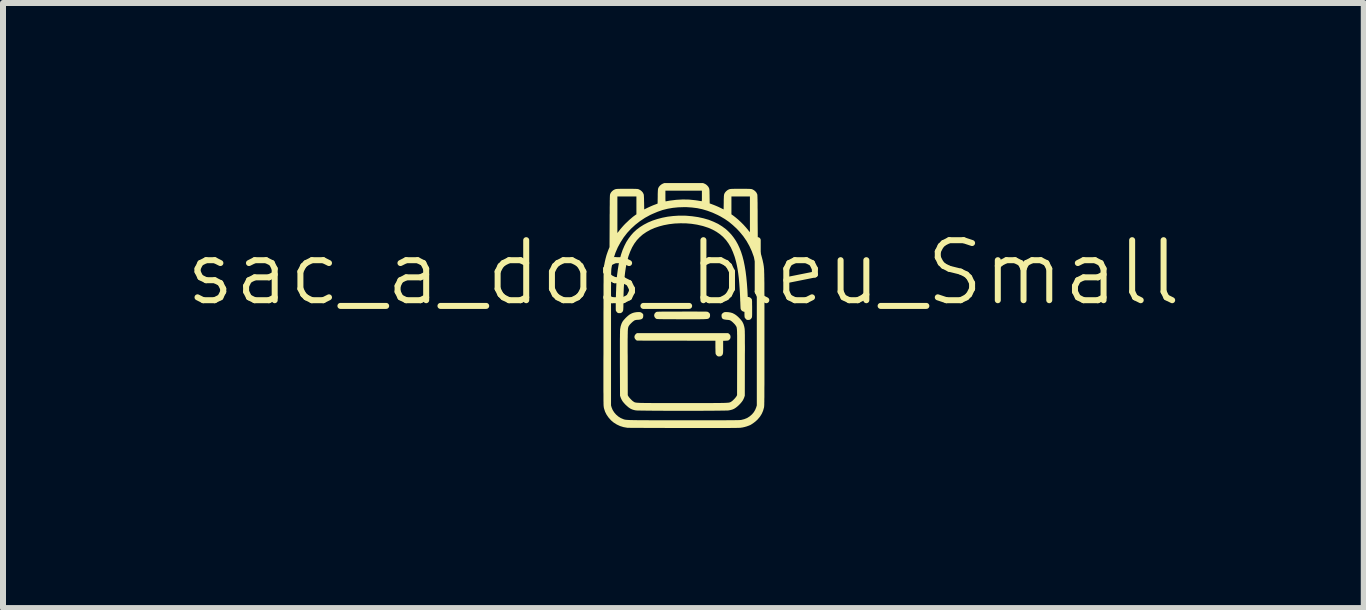
<source format=kicad_pcb>
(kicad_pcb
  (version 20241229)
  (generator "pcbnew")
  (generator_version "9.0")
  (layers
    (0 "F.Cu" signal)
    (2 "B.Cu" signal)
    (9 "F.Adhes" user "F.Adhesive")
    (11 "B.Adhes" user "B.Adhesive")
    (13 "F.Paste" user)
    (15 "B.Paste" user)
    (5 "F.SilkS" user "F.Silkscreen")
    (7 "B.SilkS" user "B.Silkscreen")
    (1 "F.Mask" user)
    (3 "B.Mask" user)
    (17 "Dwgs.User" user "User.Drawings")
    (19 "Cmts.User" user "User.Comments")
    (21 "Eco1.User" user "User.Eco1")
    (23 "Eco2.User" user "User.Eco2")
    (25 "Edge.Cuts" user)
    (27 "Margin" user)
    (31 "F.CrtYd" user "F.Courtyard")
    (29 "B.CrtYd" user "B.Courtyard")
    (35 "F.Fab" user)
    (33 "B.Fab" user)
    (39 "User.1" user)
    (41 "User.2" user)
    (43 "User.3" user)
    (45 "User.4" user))
  (footprint "sac_a_dos_bleu_Small"
    (layer "F.Cu")
    (at 8.336 1.994)
    (property "Reference" "sac_a_dos_bleu_Small" (at 0 -0.5 0) (unlocked yes) (layer "F.SilkS") (effects (font (size 1 1) (thickness 0.1))))
    (attr through_hole)
    (fp_poly (pts (xy 0.757 0.515) (xy 0.773 0.53) (xy 0.782 0.546) (xy 0.785 0.565) (xy 0.785 0.569) (xy 0.783 0.589) (xy 0.775 0.605) (xy 0.76 0.62) (xy 0.757 0.623) (xy 0.75 0.627) (xy 0.74 0.63) (xy 0.726 0.631) (xy 0.706 0.633) (xy 0.704 0.633) (xy 0.662 0.634) (xy 0.662 0.738) (xy 0.662 0.773) (xy 0.662 0.801) (xy 0.661 0.822) (xy 0.66 0.839) (xy 0.657 0.851) (xy 0.654 0.861) (xy 0.65 0.869) (xy 0.644 0.876) (xy 0.638 0.881) (xy 0.627 0.889) (xy 0.615 0.893) (xy 0.603 0.894) (xy 0.589 0.895) (xy 0.577 0.893) (xy 0.573 0.892) (xy 0.561 0.884) (xy 0.549 0.872) (xy 0.54 0.858) (xy 0.538 0.853) (xy 0.536 0.845) (xy 0.535 0.829) (xy 0.534 0.807) (xy 0.534 0.779) (xy 0.533 0.746) (xy 0.533 0.737) (xy 0.533 0.633) (xy -0.121 0.632) (xy -0.774 0.631) (xy -0.786 0.623) (xy -0.804 0.605) (xy -0.814 0.586) (xy -0.816 0.565) (xy -0.811 0.545) (xy -0.798 0.526) (xy -0.786 0.515) (xy -0.774 0.506) (xy -0.015 0.506) (xy 0.745 0.506)) (stroke (width 0) (type solid)) (fill yes) (layer "F.SilkS"))
    (fp_poly (pts (xy 0.183 0.146) (xy 0.239 0.147) (xy 0.286 0.147) (xy 0.325 0.147) (xy 0.356 0.148) (xy 0.379 0.148) (xy 0.394 0.149) (xy 0.4 0.15) (xy 0.412 0.155) (xy 0.425 0.165) (xy 0.429 0.169) (xy 0.437 0.178) (xy 0.442 0.186) (xy 0.443 0.196) (xy 0.444 0.21) (xy 0.443 0.226) (xy 0.441 0.236) (xy 0.437 0.244) (xy 0.431 0.25) (xy 0.428 0.254) (xy 0.424 0.258) (xy 0.421 0.261) (xy 0.417 0.264) (xy 0.412 0.266) (xy 0.405 0.268) (xy 0.396 0.27) (xy 0.384 0.271) (xy 0.37 0.272) (xy 0.351 0.273) (xy 0.329 0.274) (xy 0.302 0.274) (xy 0.27 0.275) (xy 0.232 0.275) (xy 0.188 0.275) (xy 0.138 0.275) (xy 0.081 0.275) (xy 0.016 0.275) (xy -0.022 0.275) (xy -0.096 0.275) (xy -0.163 0.274) (xy -0.224 0.274) (xy -0.278 0.274) (xy -0.325 0.274) (xy -0.364 0.273) (xy -0.396 0.273) (xy -0.42 0.272) (xy -0.437 0.271) (xy -0.445 0.271) (xy -0.446 0.27) (xy -0.457 0.264) (xy -0.466 0.257) (xy -0.48 0.239) (xy -0.487 0.219) (xy -0.486 0.198) (xy -0.478 0.178) (xy -0.462 0.161) (xy -0.457 0.157) (xy -0.455 0.155) (xy -0.453 0.154) (xy -0.45 0.153) (xy -0.445 0.152) (xy -0.439 0.151) (xy -0.431 0.15) (xy -0.419 0.15) (xy -0.405 0.149) (xy -0.387 0.149) (xy -0.364 0.148) (xy -0.337 0.148) (xy -0.305 0.148) (xy -0.267 0.148) (xy -0.222 0.147) (xy -0.171 0.147) (xy -0.113 0.147) (xy -0.046 0.147) (xy -0.03 0.147) (xy 0.049 0.146) (xy 0.12 0.146)) (stroke (width 0) (type solid)) (fill yes) (layer "F.SilkS"))
    (fp_poly (pts (xy 0.014 -1.451) (xy 0.045 -1.45) (xy 0.147 -1.441) (xy 0.244 -1.427) (xy 0.335 -1.407) (xy 0.422 -1.382) (xy 0.502 -1.35) (xy 0.578 -1.314) (xy 0.647 -1.271) (xy 0.71 -1.224) (xy 0.758 -1.179) (xy 0.801 -1.133) (xy 0.839 -1.084) (xy 0.874 -1.032) (xy 0.906 -0.975) (xy 0.935 -0.913) (xy 0.961 -0.847) (xy 0.984 -0.775) (xy 1.004 -0.698) (xy 1.021 -0.614) (xy 1.036 -0.524) (xy 1.048 -0.427) (xy 1.058 -0.323) (xy 1.066 -0.212) (xy 1.067 -0.189) (xy 1.072 -0.096) (xy 1.086 -0.096) (xy 1.101 -0.092) (xy 1.117 -0.083) (xy 1.132 -0.069) (xy 1.135 -0.065) (xy 1.137 -0.062) (xy 1.139 -0.058) (xy 1.141 -0.052) (xy 1.142 -0.044) (xy 1.143 -0.033) (xy 1.144 -0.018) (xy 1.144 0.002) (xy 1.144 0.029) (xy 1.145 0.062) (xy 1.145 0.087) (xy 1.145 0.129) (xy 1.145 0.165) (xy 1.145 0.195) (xy 1.144 0.219) (xy 1.143 0.234) (xy 1.142 0.242) (xy 1.136 0.254) (xy 1.127 0.267) (xy 1.123 0.271) (xy 1.112 0.28) (xy 1.102 0.284) (xy 1.087 0.286) (xy 1.072 0.286) (xy 1.06 0.285) (xy 1.056 0.284) (xy 1.045 0.276) (xy 1.033 0.263) (xy 1.024 0.25) (xy 1.021 0.245) (xy 1.019 0.235) (xy 1.018 0.22) (xy 1.017 0.202) (xy 1.017 0.192) (xy 1.017 0.152) (xy 0.998 0.147) (xy 0.979 0.138) (xy 0.964 0.123) (xy 0.954 0.104) (xy 0.953 0.095) (xy 0.952 0.086) (xy 0.951 0.071) (xy 0.95 0.049) (xy 0.949 0.023) (xy 0.948 -0.007) (xy 0.946 -0.04) (xy 0.946 -0.052) (xy 0.942 -0.153) (xy 0.936 -0.246) (xy 0.93 -0.332) (xy 0.923 -0.411) (xy 0.914 -0.484) (xy 0.904 -0.553) (xy 0.892 -0.616) (xy 0.879 -0.675) (xy 0.864 -0.731) (xy 0.852 -0.771) (xy 0.823 -0.849) (xy 0.791 -0.92) (xy 0.753 -0.985) (xy 0.711 -1.043) (xy 0.663 -1.095) (xy 0.61 -1.141) (xy 0.551 -1.182) (xy 0.486 -1.218) (xy 0.415 -1.249) (xy 0.336 -1.275) (xy 0.314 -1.281) (xy 0.227 -1.301) (xy 0.137 -1.315) (xy 0.043 -1.323) (xy -0.052 -1.324) (xy -0.146 -1.32) (xy -0.239 -1.309) (xy -0.329 -1.292) (xy -0.404 -1.272) (xy -0.481 -1.246) (xy -0.552 -1.215) (xy -0.616 -1.179) (xy -0.675 -1.139) (xy -0.728 -1.093) (xy -0.776 -1.042) (xy -0.818 -0.985) (xy -0.855 -0.922) (xy -0.887 -0.852) (xy -0.915 -0.777) (xy -0.938 -0.694) (xy -0.956 -0.605) (xy -0.96 -0.583) (xy -0.971 -0.51) (xy -0.98 -0.43) (xy -0.987 -0.342) (xy -0.993 -0.249) (xy -0.997 -0.151) (xy -0.999 -0.048) (xy -1 0.026) (xy -1 0.06) (xy -1.001 0.086) (xy -1.002 0.107) (xy -1.003 0.122) (xy -1.006 0.134) (xy -1.01 0.143) (xy -1.015 0.151) (xy -1.022 0.158) (xy -1.025 0.16) (xy -1.033 0.167) (xy -1.041 0.171) (xy -1.052 0.173) (xy -1.065 0.173) (xy -1.08 0.173) (xy -1.09 0.171) (xy -1.098 0.166) (xy -1.106 0.159) (xy -1.116 0.147) (xy -1.124 0.135) (xy -1.125 0.131) (xy -1.126 0.123) (xy -1.127 0.108) (xy -1.127 0.087) (xy -1.127 0.06) (xy -1.127 0.028) (xy -1.127 -0.007) (xy -1.126 -0.045) (xy -1.125 -0.085) (xy -1.124 -0.127) (xy -1.123 -0.168) (xy -1.121 -0.208) (xy -1.12 -0.247) (xy -1.118 -0.283) (xy -1.117 -0.315) (xy -1.115 -0.343) (xy -1.115 -0.346) (xy -1.106 -0.452) (xy -1.093 -0.551) (xy -1.078 -0.642) (xy -1.06 -0.728) (xy -1.038 -0.806) (xy -1.013 -0.879) (xy -0.984 -0.947) (xy -0.952 -1.01) (xy -0.915 -1.068) (xy -0.875 -1.121) (xy -0.837 -1.165) (xy -0.785 -1.214) (xy -0.726 -1.259) (xy -0.661 -1.3) (xy -0.59 -1.337) (xy -0.514 -1.369) (xy -0.434 -1.395) (xy -0.35 -1.417) (xy -0.263 -1.434) (xy -0.172 -1.445) (xy -0.08 -1.451)) (stroke (width 0) (type solid)) (fill yes) (layer "F.SilkS"))
    (fp_poly (pts (xy 0.749 0.157) (xy 0.75 0.157) (xy 0.786 0.163) (xy 0.817 0.172) (xy 0.847 0.187) (xy 0.868 0.2) (xy 0.888 0.215) (xy 0.911 0.235) (xy 0.933 0.257) (xy 0.954 0.28) (xy 0.972 0.302) (xy 0.983 0.318) (xy 1.001 0.355) (xy 1.014 0.399) (xy 1.021 0.438) (xy 1.021 0.447) (xy 1.022 0.461) (xy 1.023 0.481) (xy 1.023 0.506) (xy 1.024 0.537) (xy 1.024 0.574) (xy 1.024 0.618) (xy 1.024 0.668) (xy 1.025 0.726) (xy 1.025 0.79) (xy 1.024 0.863) (xy 1.024 0.943) (xy 1.024 1.012) (xy 1.023 1.548) (xy 1.014 1.575) (xy 1.002 1.604) (xy 0.988 1.63) (xy 0.969 1.656) (xy 0.945 1.684) (xy 0.929 1.7) (xy 0.899 1.728) (xy 0.871 1.75) (xy 0.844 1.767) (xy 0.816 1.779) (xy 0.784 1.788) (xy 0.752 1.794) (xy 0.743 1.795) (xy 0.726 1.796) (xy 0.702 1.796) (xy 0.671 1.797) (xy 0.634 1.797) (xy 0.591 1.798) (xy 0.543 1.798) (xy 0.491 1.799) (xy 0.434 1.799) (xy 0.374 1.799) (xy 0.31 1.8) (xy 0.244 1.8) (xy 0.177 1.8) (xy 0.107 1.8) (xy 0.037 1.8) (xy -0.034 1.8) (xy -0.104 1.8) (xy -0.174 1.8) (xy -0.243 1.8) (xy -0.31 1.8) (xy -0.375 1.799) (xy -0.437 1.799) (xy -0.496 1.799) (xy -0.551 1.798) (xy -0.602 1.798) (xy -0.647 1.797) (xy -0.688 1.797) (xy -0.722 1.796) (xy -0.75 1.796) (xy -0.772 1.795) (xy -0.785 1.794) (xy -0.79 1.794) (xy -0.825 1.787) (xy -0.856 1.777) (xy -0.885 1.763) (xy -0.913 1.744) (xy -0.941 1.72) (xy -0.963 1.7) (xy -0.99 1.671) (xy -1.012 1.644) (xy -1.028 1.618) (xy -1.041 1.59) (xy -1.047 1.575) (xy -1.056 1.548) (xy -1.058 1.012) (xy -1.058 0.926) (xy -1.058 0.847) (xy -1.058 0.777) (xy -1.058 0.713) (xy -1.058 0.657) (xy -1.058 0.608) (xy -1.057 0.566) (xy -1.057 0.53) (xy -1.056 0.5) (xy -1.056 0.476) (xy -1.055 0.458) (xy -1.055 0.445) (xy -1.054 0.438) (xy -1.045 0.39) (xy -1.031 0.348) (xy -1.016 0.318) (xy -1.003 0.299) (xy -0.984 0.277) (xy -0.963 0.254) (xy -0.94 0.232) (xy -0.918 0.213) (xy -0.902 0.2) (xy -0.871 0.182) (xy -0.841 0.169) (xy -0.809 0.161) (xy -0.783 0.157) (xy -0.754 0.155) (xy -0.732 0.155) (xy -0.714 0.158) (xy -0.699 0.165) (xy -0.686 0.175) (xy -0.686 0.175) (xy -0.677 0.184) (xy -0.671 0.192) (xy -0.669 0.201) (xy -0.669 0.214) (xy -0.669 0.217) (xy -0.671 0.239) (xy -0.677 0.255) (xy -0.688 0.267) (xy -0.705 0.276) (xy -0.728 0.281) (xy -0.754 0.284) (xy -0.778 0.285) (xy -0.795 0.288) (xy -0.809 0.292) (xy -0.816 0.295) (xy -0.83 0.305) (xy -0.848 0.319) (xy -0.866 0.336) (xy -0.883 0.353) (xy -0.898 0.37) (xy -0.904 0.379) (xy -0.907 0.384) (xy -0.911 0.389) (xy -0.913 0.394) (xy -0.916 0.399) (xy -0.918 0.406) (xy -0.92 0.413) (xy -0.922 0.422) (xy -0.924 0.433) (xy -0.925 0.447) (xy -0.926 0.464) (xy -0.927 0.484) (xy -0.927 0.508) (xy -0.928 0.537) (xy -0.928 0.57) (xy -0.929 0.608) (xy -0.929 0.652) (xy -0.929 0.702) (xy -0.929 0.759) (xy -0.929 0.822) (xy -0.928 0.893) (xy -0.928 0.971) (xy -0.928 0.994) (xy -0.927 1.54) (xy -0.918 1.557) (xy -0.908 1.572) (xy -0.893 1.59) (xy -0.876 1.608) (xy -0.858 1.626) (xy -0.842 1.64) (xy -0.834 1.645) (xy -0.829 1.648) (xy -0.825 1.651) (xy -0.821 1.654) (xy -0.817 1.656) (xy -0.812 1.658) (xy -0.806 1.66) (xy -0.799 1.662) (xy -0.79 1.663) (xy -0.779 1.665) (xy -0.766 1.666) (xy -0.75 1.667) (xy -0.73 1.668) (xy -0.707 1.669) (xy -0.681 1.669) (xy -0.65 1.67) (xy -0.614 1.67) (xy -0.573 1.67) (xy -0.527 1.671) (xy -0.475 1.671) (xy -0.417 1.671) (xy -0.353 1.671) (xy -0.282 1.671) (xy -0.203 1.671) (xy -0.117 1.671) (xy -0.023 1.671) (xy -0.017 1.671) (xy 0.078 1.671) (xy 0.164 1.671) (xy 0.243 1.671) (xy 0.315 1.671) (xy 0.38 1.671) (xy 0.438 1.671) (xy 0.49 1.671) (xy 0.537 1.67) (xy 0.578 1.67) (xy 0.614 1.67) (xy 0.645 1.669) (xy 0.672 1.669) (xy 0.696 1.668) (xy 0.715 1.667) (xy 0.732 1.666) (xy 0.745 1.665) (xy 0.756 1.664) (xy 0.765 1.662) (xy 0.772 1.66) (xy 0.778 1.658) (xy 0.783 1.656) (xy 0.788 1.654) (xy 0.792 1.651) (xy 0.796 1.649) (xy 0.8 1.646) (xy 0.801 1.645) (xy 0.816 1.634) (xy 0.833 1.618) (xy 0.851 1.6) (xy 0.867 1.581) (xy 0.88 1.565) (xy 0.884 1.557) (xy 0.894 1.54) (xy 0.895 0.994) (xy 0.895 0.913) (xy 0.895 0.841) (xy 0.895 0.775) (xy 0.895 0.717) (xy 0.895 0.665) (xy 0.895 0.62) (xy 0.895 0.58) (xy 0.895 0.545) (xy 0.894 0.516) (xy 0.894 0.49) (xy 0.893 0.469) (xy 0.892 0.451) (xy 0.891 0.437) (xy 0.889 0.425) (xy 0.888 0.415) (xy 0.886 0.407) (xy 0.883 0.401) (xy 0.881 0.395) (xy 0.878 0.39) (xy 0.875 0.385) (xy 0.871 0.38) (xy 0.87 0.379) (xy 0.859 0.363) (xy 0.843 0.346) (xy 0.825 0.328) (xy 0.807 0.312) (xy 0.79 0.3) (xy 0.782 0.295) (xy 0.77 0.29) (xy 0.756 0.287) (xy 0.736 0.285) (xy 0.721 0.284) (xy 0.691 0.28) (xy 0.668 0.275) (xy 0.652 0.266) (xy 0.642 0.253) (xy 0.637 0.236) (xy 0.635 0.217) (xy 0.636 0.203) (xy 0.638 0.193) (xy 0.642 0.186) (xy 0.651 0.177) (xy 0.653 0.175) (xy 0.666 0.165) (xy 0.68 0.158) (xy 0.698 0.155) (xy 0.72 0.155)) (stroke (width 0) (type solid)) (fill yes) (layer "F.SilkS"))
    (fp_poly (pts (xy 0.352 -1.984) (xy 0.376 -1.971) (xy 0.397 -1.953) (xy 0.415 -1.932) (xy 0.427 -1.91) (xy 0.429 -1.903) (xy 0.431 -1.894) (xy 0.433 -1.883) (xy 0.434 -1.868) (xy 0.435 -1.849) (xy 0.435 -1.824) (xy 0.436 -1.792) (xy 0.436 -1.772) (xy 0.438 -1.655) (xy 0.497 -1.633) (xy 0.525 -1.622) (xy 0.556 -1.609) (xy 0.586 -1.596) (xy 0.613 -1.583) (xy 0.613 -1.583) (xy 0.67 -1.555) (xy 0.672 -1.674) (xy 0.672 -1.71) (xy 0.673 -1.739) (xy 0.674 -1.761) (xy 0.674 -1.771) (xy 0.8 -1.771) (xy 0.8 -1.622) (xy 0.8 -1.473) (xy 0.83 -1.452) (xy 0.871 -1.42) (xy 0.914 -1.384) (xy 0.958 -1.343) (xy 1 -1.301) (xy 1.039 -1.258) (xy 1.073 -1.218) (xy 1.085 -1.202) (xy 1.096 -1.189) (xy 1.104 -1.179) (xy 1.107 -1.175) (xy 1.107 -1.175) (xy 1.107 -1.179) (xy 1.108 -1.191) (xy 1.108 -1.21) (xy 1.108 -1.235) (xy 1.108 -1.265) (xy 1.108 -1.301) (xy 1.108 -1.341) (xy 1.108 -1.385) (xy 1.108 -1.432) (xy 1.108 -1.473) (xy 1.108 -1.771) (xy 0.954 -1.771) (xy 0.8 -1.771) (xy 0.674 -1.771) (xy 0.675 -1.779) (xy 0.676 -1.792) (xy 0.678 -1.802) (xy 0.68 -1.81) (xy 0.681 -1.814) (xy 0.693 -1.836) (xy 0.711 -1.857) (xy 0.733 -1.875) (xy 0.756 -1.888) (xy 0.763 -1.89) (xy 0.768 -1.892) (xy 0.775 -1.894) (xy 0.783 -1.895) (xy 0.793 -1.896) (xy 0.806 -1.897) (xy 0.823 -1.897) (xy 0.845 -1.898) (xy 0.873 -1.898) (xy 0.907 -1.898) (xy 0.949 -1.898) (xy 0.954 -1.898) (xy 0.997 -1.898) (xy 1.032 -1.898) (xy 1.06 -1.898) (xy 1.083 -1.897) (xy 1.1 -1.897) (xy 1.114 -1.896) (xy 1.124 -1.895) (xy 1.133 -1.894) (xy 1.139 -1.893) (xy 1.145 -1.891) (xy 1.151 -1.888) (xy 1.152 -1.888) (xy 1.176 -1.875) (xy 1.198 -1.857) (xy 1.216 -1.836) (xy 1.227 -1.814) (xy 1.229 -1.811) (xy 1.23 -1.806) (xy 1.231 -1.801) (xy 1.232 -1.794) (xy 1.233 -1.785) (xy 1.233 -1.774) (xy 1.234 -1.759) (xy 1.234 -1.741) (xy 1.235 -1.719) (xy 1.235 -1.692) (xy 1.236 -1.66) (xy 1.236 -1.623) (xy 1.236 -1.58) (xy 1.237 -1.53) (xy 1.237 -1.473) (xy 1.237 -1.408) (xy 1.237 -1.371) (xy 1.24 -0.948) (xy 1.263 -0.89) (xy 1.296 -0.798) (xy 1.321 -0.704) (xy 1.327 -0.673) (xy 1.33 -0.661) (xy 1.332 -0.651) (xy 1.334 -0.641) (xy 1.335 -0.63) (xy 1.337 -0.62) (xy 1.339 -0.61) (xy 1.34 -0.598) (xy 1.341 -0.586) (xy 1.343 -0.572) (xy 1.344 -0.556) (xy 1.345 -0.538) (xy 1.345 -0.518) (xy 1.346 -0.495) (xy 1.347 -0.469) (xy 1.347 -0.44) (xy 1.348 -0.408) (xy 1.348 -0.371) (xy 1.349 -0.33) (xy 1.349 -0.285) (xy 1.349 -0.234) (xy 1.349 -0.179) (xy 1.35 -0.118) (xy 1.35 -0.051) (xy 1.35 0.022) (xy 1.35 0.102) (xy 1.35 0.188) (xy 1.35 0.281) (xy 1.35 0.382) (xy 1.35 0.491) (xy 1.35 0.602) (xy 1.35 0.716) (xy 1.35 0.822) (xy 1.35 0.92) (xy 1.35 1.01) (xy 1.35 1.094) (xy 1.35 1.17) (xy 1.35 1.241) (xy 1.35 1.305) (xy 1.35 1.363) (xy 1.349 1.415) (xy 1.349 1.462) (xy 1.349 1.505) (xy 1.349 1.542) (xy 1.349 1.575) (xy 1.348 1.604) (xy 1.348 1.63) (xy 1.348 1.652) (xy 1.347 1.67) (xy 1.347 1.686) (xy 1.347 1.7) (xy 1.346 1.711) (xy 1.346 1.72) (xy 1.345 1.728) (xy 1.344 1.734) (xy 1.344 1.739) (xy 1.343 1.744) (xy 1.342 1.748) (xy 1.342 1.748) (xy 1.327 1.801) (xy 1.305 1.851) (xy 1.275 1.899) (xy 1.237 1.944) (xy 1.232 1.949) (xy 1.204 1.975) (xy 1.172 2) (xy 1.14 2.022) (xy 1.115 2.037) (xy 1.088 2.048) (xy 1.055 2.06) (xy 1.02 2.07) (xy 0.985 2.078) (xy 0.975 2.079) (xy 0.97 2.08) (xy 0.964 2.081) (xy 0.958 2.082) (xy 0.95 2.083) (xy 0.942 2.083) (xy 0.932 2.084) (xy 0.921 2.084) (xy 0.907 2.085) (xy 0.89 2.085) (xy 0.871 2.086) (xy 0.849 2.086) (xy 0.822 2.086) (xy 0.792 2.086) (xy 0.758 2.087) (xy 0.719 2.087) (xy 0.675 2.087) (xy 0.626 2.087) (xy 0.571 2.087) (xy 0.511 2.087) (xy 0.444 2.087) (xy 0.37 2.087) (xy 0.289 2.087) (xy 0.201 2.087) (xy 0.105 2.087) (xy 0.013 2.087) (xy -0.075 2.087) (xy -0.16 2.087) (xy -0.243 2.087) (xy -0.323 2.086) (xy -0.4 2.086) (xy -0.473 2.086) (xy -0.543 2.086) (xy -0.608 2.086) (xy -0.668 2.085) (xy -0.724 2.085) (xy -0.774 2.085) (xy -0.818 2.084) (xy -0.855 2.084) (xy -0.886 2.084) (xy -0.91 2.083) (xy -0.926 2.083) (xy -0.935 2.083) (xy -0.935 2.083) (xy -0.998 2.072) (xy -1.056 2.054) (xy -1.111 2.028) (xy -1.162 1.996) (xy -1.206 1.959) (xy -1.246 1.914) (xy -1.279 1.867) (xy -1.305 1.816) (xy -1.322 1.763) (xy -1.326 1.747) (xy -1.326 1.743) (xy -1.327 1.738) (xy -1.328 1.733) (xy -1.328 1.728) (xy -1.329 1.72) (xy -1.33 1.712) (xy -1.33 1.701) (xy -1.331 1.689) (xy -1.331 1.674) (xy -1.331 1.656) (xy -1.332 1.636) (xy -1.332 1.612) (xy -1.332 1.584) (xy -1.332 1.553) (xy -1.332 1.517) (xy -1.333 1.477) (xy -1.333 1.432) (xy -1.333 1.382) (xy -1.333 1.326) (xy -1.333 1.265) (xy -1.333 1.198) (xy -1.333 1.124) (xy -1.333 1.044) (xy -1.333 0.957) (xy -1.332 0.862) (xy -1.332 0.761) (xy -1.332 0.651) (xy -1.332 0.574) (xy -1.332 0.529) (xy -1.206 0.529) (xy -1.206 0.594) (xy -1.206 1.71) (xy -1.197 1.742) (xy -1.179 1.786) (xy -1.153 1.827) (xy -1.122 1.863) (xy -1.085 1.895) (xy -1.044 1.921) (xy -1.011 1.935) (xy -1.005 1.938) (xy -0.999 1.94) (xy -0.993 1.942) (xy -0.987 1.944) (xy -0.981 1.946) (xy -0.974 1.947) (xy -0.965 1.949) (xy -0.956 1.95) (xy -0.944 1.951) (xy -0.93 1.952) (xy -0.914 1.953) (xy -0.895 1.954) (xy -0.872 1.955) (xy -0.847 1.955) (xy -0.817 1.956) (xy -0.783 1.956) (xy -0.745 1.957) (xy -0.702 1.957) (xy -0.653 1.957) (xy -0.599 1.957) (xy -0.54 1.958) (xy -0.474 1.958) (xy -0.401 1.958) (xy -0.322 1.958) (xy -0.236 1.958) (xy -0.142 1.958) (xy -0.04 1.958) (xy 0.005 1.958) (xy 0.11 1.958) (xy 0.206 1.958) (xy 0.296 1.958) (xy 0.378 1.958) (xy 0.452 1.958) (xy 0.52 1.958) (xy 0.582 1.958) (xy 0.638 1.958) (xy 0.688 1.958) (xy 0.732 1.957) (xy 0.772 1.957) (xy 0.807 1.957) (xy 0.837 1.957) (xy 0.863 1.956) (xy 0.885 1.956) (xy 0.904 1.956) (xy 0.92 1.955) (xy 0.933 1.955) (xy 0.944 1.954) (xy 0.952 1.954) (xy 0.958 1.953) (xy 0.963 1.952) (xy 0.964 1.952) (xy 1.015 1.939) (xy 1.062 1.92) (xy 1.104 1.893) (xy 1.142 1.86) (xy 1.145 1.857) (xy 1.174 1.822) (xy 1.196 1.784) (xy 1.213 1.743) (xy 1.213 1.742) (xy 1.223 1.71) (xy 1.223 0.594) (xy 1.223 0.479) (xy 1.223 0.373) (xy 1.223 0.274) (xy 1.223 0.183) (xy 1.223 0.099) (xy 1.223 0.021) (xy 1.223 -0.05) (xy 1.223 -0.114) (xy 1.223 -0.173) (xy 1.222 -0.227) (xy 1.222 -0.275) (xy 1.222 -0.318) (xy 1.222 -0.356) (xy 1.222 -0.39) (xy 1.221 -0.42) (xy 1.221 -0.446) (xy 1.221 -0.469) (xy 1.22 -0.489) (xy 1.22 -0.506) (xy 1.22 -0.52) (xy 1.219 -0.533) (xy 1.219 -0.543) (xy 1.218 -0.552) (xy 1.217 -0.559) (xy 1.217 -0.566) (xy 1.216 -0.572) (xy 1.215 -0.575) (xy 1.197 -0.674) (xy 1.172 -0.768) (xy 1.139 -0.859) (xy 1.099 -0.946) (xy 1.052 -1.029) (xy 0.997 -1.109) (xy 0.935 -1.184) (xy 0.886 -1.236) (xy 0.822 -1.295) (xy 0.758 -1.348) (xy 0.69 -1.395) (xy 0.617 -1.438) (xy 0.569 -1.463) (xy 0.483 -1.502) (xy 0.399 -1.533) (xy 0.315 -1.558) (xy 0.23 -1.576) (xy 0.142 -1.587) (xy 0.05 -1.593) (xy 0.008 -1.593) (xy -0.086 -1.59) (xy -0.176 -1.581) (xy -0.262 -1.566) (xy -0.347 -1.545) (xy -0.43 -1.516) (xy -0.515 -1.48) (xy -0.552 -1.463) (xy -0.64 -1.415) (xy -0.723 -1.36) (xy -0.8 -1.3) (xy -0.871 -1.235) (xy -0.937 -1.164) (xy -0.995 -1.089) (xy -1.047 -1.008) (xy -1.093 -0.924) (xy -1.131 -0.836) (xy -1.162 -0.743) (xy -1.186 -0.648) (xy -1.199 -0.575) (xy -1.2 -0.569) (xy -1.2 -0.563) (xy -1.201 -0.556) (xy -1.202 -0.548) (xy -1.202 -0.539) (xy -1.203 -0.528) (xy -1.203 -0.514) (xy -1.204 -0.499) (xy -1.204 -0.481) (xy -1.204 -0.46) (xy -1.205 -0.435) (xy -1.205 -0.407) (xy -1.205 -0.375) (xy -1.205 -0.339) (xy -1.205 -0.299) (xy -1.206 -0.254) (xy -1.206 -0.204) (xy -1.206 -0.148) (xy -1.206 -0.086) (xy -1.206 -0.019) (xy -1.206 0.055) (xy -1.206 0.135) (xy -1.206 0.223) (xy -1.206 0.317) (xy -1.206 0.419) (xy -1.206 0.529) (xy -1.332 0.529) (xy -1.332 0.459) (xy -1.332 0.352) (xy -1.332 0.253) (xy -1.332 0.161) (xy -1.331 0.076) (xy -1.331 -0.002) (xy -1.331 -0.073) (xy -1.331 -0.138) (xy -1.331 -0.197) (xy -1.331 -0.251) (xy -1.331 -0.299) (xy -1.33 -0.343) (xy -1.33 -0.382) (xy -1.33 -0.416) (xy -1.33 -0.446) (xy -1.329 -0.473) (xy -1.329 -0.496) (xy -1.329 -0.516) (xy -1.328 -0.533) (xy -1.328 -0.548) (xy -1.327 -0.56) (xy -1.327 -0.571) (xy -1.326 -0.579) (xy -1.325 -0.587) (xy -1.325 -0.593) (xy -1.324 -0.599) (xy -1.323 -0.604) (xy -1.322 -0.61) (xy -1.322 -0.613) (xy -1.31 -0.679) (xy -1.296 -0.739) (xy -1.281 -0.794) (xy -1.263 -0.846) (xy -1.251 -0.879) (xy -1.231 -0.927) (xy -1.229 -1.36) (xy -1.229 -1.43) (xy -1.229 -1.466) (xy -1.1 -1.466) (xy -1.1 -1.162) (xy -1.076 -1.192) (xy -1.064 -1.208) (xy -1.048 -1.228) (xy -1.031 -1.248) (xy -1.018 -1.263) (xy -0.993 -1.291) (xy -0.965 -1.32) (xy -0.934 -1.349) (xy -0.903 -1.379) (xy -0.871 -1.406) (xy -0.842 -1.431) (xy -0.815 -1.451) (xy -0.797 -1.464) (xy -0.783 -1.473) (xy -0.783 -1.622) (xy -0.783 -1.771) (xy -0.942 -1.771) (xy -1.1 -1.771) (xy -1.1 -1.466) (xy -1.229 -1.466) (xy -1.228 -1.492) (xy -1.228 -1.547) (xy -1.228 -1.594) (xy -1.227 -1.636) (xy -1.227 -1.671) (xy -1.227 -1.701) (xy -1.226 -1.726) (xy -1.226 -1.747) (xy -1.225 -1.764) (xy -1.225 -1.778) (xy -1.224 -1.788) (xy -1.223 -1.796) (xy -1.222 -1.803) (xy -1.221 -1.808) (xy -1.22 -1.812) (xy -1.219 -1.814) (xy -1.207 -1.837) (xy -1.189 -1.858) (xy -1.167 -1.876) (xy -1.144 -1.888) (xy -1.138 -1.89) (xy -1.132 -1.892) (xy -1.125 -1.894) (xy -1.117 -1.895) (xy -1.107 -1.896) (xy -1.094 -1.897) (xy -1.077 -1.897) (xy -1.056 -1.898) (xy -1.028 -1.898) (xy -0.995 -1.898) (xy -0.954 -1.898) (xy -0.942 -1.898) (xy -0.899 -1.898) (xy -0.863 -1.898) (xy -0.834 -1.898) (xy -0.811 -1.897) (xy -0.793 -1.897) (xy -0.779 -1.896) (xy -0.768 -1.896) (xy -0.76 -1.894) (xy -0.753 -1.893) (xy -0.747 -1.891) (xy -0.741 -1.889) (xy -0.74 -1.888) (xy -0.716 -1.875) (xy -0.694 -1.857) (xy -0.676 -1.836) (xy -0.665 -1.814) (xy -0.662 -1.807) (xy -0.66 -1.799) (xy -0.659 -1.788) (xy -0.658 -1.773) (xy -0.657 -1.754) (xy -0.656 -1.73) (xy -0.656 -1.698) (xy -0.655 -1.674) (xy -0.653 -1.555) (xy -0.596 -1.583) (xy -0.57 -1.595) (xy -0.541 -1.608) (xy -0.511 -1.621) (xy -0.486 -1.631) (xy -0.485 -1.631) (xy -0.43 -1.652) (xy -0.428 -1.771) (xy -0.428 -1.777) (xy -0.3 -1.777) (xy -0.3 -1.747) (xy -0.3 -1.724) (xy -0.299 -1.708) (xy -0.298 -1.697) (xy -0.297 -1.691) (xy -0.296 -1.689) (xy -0.294 -1.689) (xy -0.288 -1.69) (xy -0.275 -1.693) (xy -0.258 -1.696) (xy -0.236 -1.7) (xy -0.224 -1.702) (xy -0.117 -1.715) (xy -0.011 -1.721) (xy 0.094 -1.719) (xy 0.2 -1.708) (xy 0.241 -1.702) (xy 0.263 -1.698) (xy 0.281 -1.695) (xy 0.296 -1.693) (xy 0.304 -1.692) (xy 0.305 -1.692) (xy 0.306 -1.696) (xy 0.307 -1.707) (xy 0.308 -1.724) (xy 0.308 -1.745) (xy 0.308 -1.77) (xy 0.308 -1.779) (xy 0.308 -1.867) (xy 0.004 -1.867) (xy -0.3 -1.867) (xy -0.3 -1.777) (xy -0.428 -1.777) (xy -0.428 -1.807) (xy -0.427 -1.835) (xy -0.426 -1.858) (xy -0.425 -1.875) (xy -0.424 -1.888) (xy -0.422 -1.898) (xy -0.42 -1.906) (xy -0.419 -1.91) (xy -0.407 -1.932) (xy -0.389 -1.953) (xy -0.367 -1.971) (xy -0.344 -1.984) (xy -0.319 -1.994) (xy 0.004 -1.994) (xy 0.327 -1.994)) (stroke (width 0) (type solid)) (fill yes) (layer "F.SilkS")))
  (gr_rect
    (start -3 -3)
    (end 19.671 7.081)
    (stroke (width 0.1) (type default))
    (fill no)
    (layer "Edge.Cuts")))
</source>
